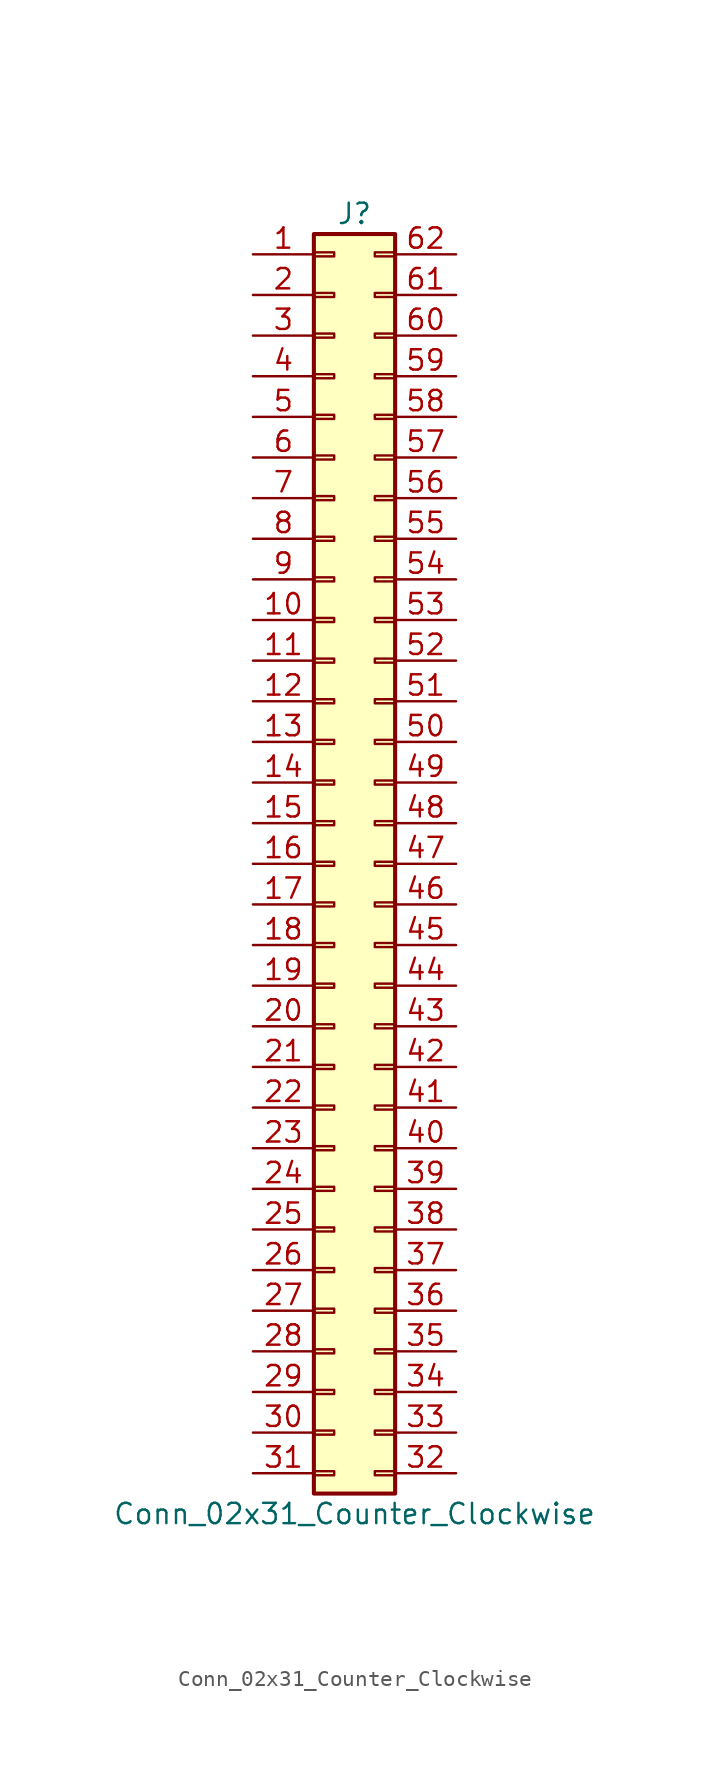
<source format=kicad_sym>
(kicad_symbol_lib
  (version 20201005)
  (generator kicad_symbol_editor)
  (symbol "Conn_02x31_Counter_Clockwise"
    (pin_names
      (offset 1.016) hide)
    (property "Reference" "J"
      (at 1.27 40.64 0)
      (effects (font (size 1.27 1.27))))
    (property "Value" "Conn_02x31_Counter_Clockwise"
      (at 1.27 -40.64 0)
      (effects (font (size 1.27 1.27))))
    (symbol "Conn_02x31_Counter_Clockwise_1_1"
      (rectangle (start -1.27 -37.973) (end 0 -38.227) (stroke (width 0.152)) (fill (type none)))
      (rectangle (start -1.27 -35.433) (end 0 -35.687) (stroke (width 0.152)) (fill (type none)))
      (rectangle (start -1.27 -32.893) (end 0 -33.147) (stroke (width 0.152)) (fill (type none)))
      (rectangle (start -1.27 -30.353) (end 0 -30.607) (stroke (width 0.152)) (fill (type none)))
      (rectangle (start -1.27 -27.813) (end 0 -28.067) (stroke (width 0.152)) (fill (type none)))
      (rectangle (start -1.27 -25.273) (end 0 -25.527) (stroke (width 0.152)) (fill (type none)))
      (rectangle (start -1.27 -22.733) (end 0 -22.987) (stroke (width 0.152)) (fill (type none)))
      (rectangle (start -1.27 -20.193) (end 0 -20.447) (stroke (width 0.152)) (fill (type none)))
      (rectangle (start -1.27 -17.653) (end 0 -17.907) (stroke (width 0.152)) (fill (type none)))
      (rectangle (start -1.27 -15.113) (end 0 -15.367) (stroke (width 0.152)) (fill (type none)))
      (rectangle (start -1.27 -12.573) (end 0 -12.827) (stroke (width 0.152)) (fill (type none)))
      (rectangle (start -1.27 -10.033) (end 0 -10.287) (stroke (width 0.152)) (fill (type none)))
      (rectangle (start -1.27 -7.493) (end 0 -7.747) (stroke (width 0.152)) (fill (type none)))
      (rectangle (start -1.27 -4.953) (end 0 -5.207) (stroke (width 0.152)) (fill (type none)))
      (rectangle (start -1.27 -2.413) (end 0 -2.667) (stroke (width 0.152)) (fill (type none)))
      (rectangle (start -1.27 0.127) (end 0 -0.127) (stroke (width 0.152)) (fill (type none)))
      (rectangle (start -1.27 2.667) (end 0 2.413) (stroke (width 0.152)) (fill (type none)))
      (rectangle (start -1.27 5.207) (end 0 4.953) (stroke (width 0.152)) (fill (type none)))
      (rectangle (start -1.27 7.747) (end 0 7.493) (stroke (width 0.152)) (fill (type none)))
      (rectangle (start -1.27 10.287) (end 0 10.033) (stroke (width 0.152)) (fill (type none)))
      (rectangle (start -1.27 12.827) (end 0 12.573) (stroke (width 0.152)) (fill (type none)))
      (rectangle (start -1.27 15.367) (end 0 15.113) (stroke (width 0.152)) (fill (type none)))
      (rectangle (start -1.27 17.907) (end 0 17.653) (stroke (width 0.152)) (fill (type none)))
      (rectangle (start -1.27 20.447) (end 0 20.193) (stroke (width 0.152)) (fill (type none)))
      (rectangle (start -1.27 22.987) (end 0 22.733) (stroke (width 0.152)) (fill (type none)))
      (rectangle (start -1.27 25.527) (end 0 25.273) (stroke (width 0.152)) (fill (type none)))
      (rectangle (start -1.27 28.067) (end 0 27.813) (stroke (width 0.152)) (fill (type none)))
      (rectangle (start -1.27 30.607) (end 0 30.353) (stroke (width 0.152)) (fill (type none)))
      (rectangle (start -1.27 33.147) (end 0 32.893) (stroke (width 0.152)) (fill (type none)))
      (rectangle (start -1.27 35.687) (end 0 35.433) (stroke (width 0.152)) (fill (type none)))
      (rectangle (start -1.27 38.227) (end 0 37.973) (stroke (width 0.152)) (fill (type none)))
      (rectangle (start -1.27 39.37) (end 3.81 -39.37) (stroke (width 0.254)) (fill (type background)))
      (rectangle (start 3.81 -37.973) (end 2.54 -38.227) (stroke (width 0.152)) (fill (type none)))
      (rectangle (start 3.81 -35.433) (end 2.54 -35.687) (stroke (width 0.152)) (fill (type none)))
      (rectangle (start 3.81 -32.893) (end 2.54 -33.147) (stroke (width 0.152)) (fill (type none)))
      (rectangle (start 3.81 -30.353) (end 2.54 -30.607) (stroke (width 0.152)) (fill (type none)))
      (rectangle (start 3.81 -27.813) (end 2.54 -28.067) (stroke (width 0.152)) (fill (type none)))
      (rectangle (start 3.81 -25.273) (end 2.54 -25.527) (stroke (width 0.152)) (fill (type none)))
      (rectangle (start 3.81 -22.733) (end 2.54 -22.987) (stroke (width 0.152)) (fill (type none)))
      (rectangle (start 3.81 -20.193) (end 2.54 -20.447) (stroke (width 0.152)) (fill (type none)))
      (rectangle (start 3.81 -17.653) (end 2.54 -17.907) (stroke (width 0.152)) (fill (type none)))
      (rectangle (start 3.81 -15.113) (end 2.54 -15.367) (stroke (width 0.152)) (fill (type none)))
      (rectangle (start 3.81 -12.573) (end 2.54 -12.827) (stroke (width 0.152)) (fill (type none)))
      (rectangle (start 3.81 -10.033) (end 2.54 -10.287) (stroke (width 0.152)) (fill (type none)))
      (rectangle (start 3.81 -7.493) (end 2.54 -7.747) (stroke (width 0.152)) (fill (type none)))
      (rectangle (start 3.81 -4.953) (end 2.54 -5.207) (stroke (width 0.152)) (fill (type none)))
      (rectangle (start 3.81 -2.413) (end 2.54 -2.667) (stroke (width 0.152)) (fill (type none)))
      (rectangle (start 3.81 0.127) (end 2.54 -0.127) (stroke (width 0.152)) (fill (type none)))
      (rectangle (start 3.81 2.667) (end 2.54 2.413) (stroke (width 0.152)) (fill (type none)))
      (rectangle (start 3.81 5.207) (end 2.54 4.953) (stroke (width 0.152)) (fill (type none)))
      (rectangle (start 3.81 7.747) (end 2.54 7.493) (stroke (width 0.152)) (fill (type none)))
      (rectangle (start 3.81 10.287) (end 2.54 10.033) (stroke (width 0.152)) (fill (type none)))
      (rectangle (start 3.81 12.827) (end 2.54 12.573) (stroke (width 0.152)) (fill (type none)))
      (rectangle (start 3.81 15.367) (end 2.54 15.113) (stroke (width 0.152)) (fill (type none)))
      (rectangle (start 3.81 17.907) (end 2.54 17.653) (stroke (width 0.152)) (fill (type none)))
      (rectangle (start 3.81 20.447) (end 2.54 20.193) (stroke (width 0.152)) (fill (type none)))
      (rectangle (start 3.81 22.987) (end 2.54 22.733) (stroke (width 0.152)) (fill (type none)))
      (rectangle (start 3.81 25.527) (end 2.54 25.273) (stroke (width 0.152)) (fill (type none)))
      (rectangle (start 3.81 28.067) (end 2.54 27.813) (stroke (width 0.152)) (fill (type none)))
      (rectangle (start 3.81 30.607) (end 2.54 30.353) (stroke (width 0.152)) (fill (type none)))
      (rectangle (start 3.81 33.147) (end 2.54 32.893) (stroke (width 0.152)) (fill (type none)))
      (rectangle (start 3.81 35.687) (end 2.54 35.433) (stroke (width 0.152)) (fill (type none)))
      (rectangle (start 3.81 38.227) (end 2.54 37.973) (stroke (width 0.152)) (fill (type none)))
      (pin passive line (at -5.08 38.1 0) (length 3.81) (name "Pin_1" (effects (font (size 1.27 1.27)))) (number "1" (effects (font (size 1.27 1.27)))))
      (pin passive line (at -5.08 15.24 0) (length 3.81) (name "Pin_10" (effects (font (size 1.27 1.27)))) (number "10" (effects (font (size 1.27 1.27)))))
      (pin passive line (at -5.08 12.7 0) (length 3.81) (name "Pin_11" (effects (font (size 1.27 1.27)))) (number "11" (effects (font (size 1.27 1.27)))))
      (pin passive line (at -5.08 10.16 0) (length 3.81) (name "Pin_12" (effects (font (size 1.27 1.27)))) (number "12" (effects (font (size 1.27 1.27)))))
      (pin passive line (at -5.08 7.62 0) (length 3.81) (name "Pin_13" (effects (font (size 1.27 1.27)))) (number "13" (effects (font (size 1.27 1.27)))))
      (pin passive line (at -5.08 5.08 0) (length 3.81) (name "Pin_14" (effects (font (size 1.27 1.27)))) (number "14" (effects (font (size 1.27 1.27)))))
      (pin passive line (at -5.08 2.54 0) (length 3.81) (name "Pin_15" (effects (font (size 1.27 1.27)))) (number "15" (effects (font (size 1.27 1.27)))))
      (pin passive line (at -5.08 0 0) (length 3.81) (name "Pin_16" (effects (font (size 1.27 1.27)))) (number "16" (effects (font (size 1.27 1.27)))))
      (pin passive line (at -5.08 -2.54 0) (length 3.81) (name "Pin_17" (effects (font (size 1.27 1.27)))) (number "17" (effects (font (size 1.27 1.27)))))
      (pin passive line (at -5.08 -5.08 0) (length 3.81) (name "Pin_18" (effects (font (size 1.27 1.27)))) (number "18" (effects (font (size 1.27 1.27)))))
      (pin passive line (at -5.08 -7.62 0) (length 3.81) (name "Pin_19" (effects (font (size 1.27 1.27)))) (number "19" (effects (font (size 1.27 1.27)))))
      (pin passive line (at -5.08 35.56 0) (length 3.81) (name "Pin_2" (effects (font (size 1.27 1.27)))) (number "2" (effects (font (size 1.27 1.27)))))
      (pin passive line (at -5.08 -10.16 0) (length 3.81) (name "Pin_20" (effects (font (size 1.27 1.27)))) (number "20" (effects (font (size 1.27 1.27)))))
      (pin passive line (at -5.08 -12.7 0) (length 3.81) (name "Pin_21" (effects (font (size 1.27 1.27)))) (number "21" (effects (font (size 1.27 1.27)))))
      (pin passive line (at -5.08 -15.24 0) (length 3.81) (name "Pin_22" (effects (font (size 1.27 1.27)))) (number "22" (effects (font (size 1.27 1.27)))))
      (pin passive line (at -5.08 -17.78 0) (length 3.81) (name "Pin_23" (effects (font (size 1.27 1.27)))) (number "23" (effects (font (size 1.27 1.27)))))
      (pin passive line (at -5.08 -20.32 0) (length 3.81) (name "Pin_24" (effects (font (size 1.27 1.27)))) (number "24" (effects (font (size 1.27 1.27)))))
      (pin passive line (at -5.08 -22.86 0) (length 3.81) (name "Pin_25" (effects (font (size 1.27 1.27)))) (number "25" (effects (font (size 1.27 1.27)))))
      (pin passive line (at -5.08 -25.4 0) (length 3.81) (name "Pin_26" (effects (font (size 1.27 1.27)))) (number "26" (effects (font (size 1.27 1.27)))))
      (pin passive line (at -5.08 -27.94 0) (length 3.81) (name "Pin_27" (effects (font (size 1.27 1.27)))) (number "27" (effects (font (size 1.27 1.27)))))
      (pin passive line (at -5.08 -30.48 0) (length 3.81) (name "Pin_28" (effects (font (size 1.27 1.27)))) (number "28" (effects (font (size 1.27 1.27)))))
      (pin passive line (at -5.08 -33.02 0) (length 3.81) (name "Pin_29" (effects (font (size 1.27 1.27)))) (number "29" (effects (font (size 1.27 1.27)))))
      (pin passive line (at -5.08 33.02 0) (length 3.81) (name "Pin_3" (effects (font (size 1.27 1.27)))) (number "3" (effects (font (size 1.27 1.27)))))
      (pin passive line (at -5.08 -35.56 0) (length 3.81) (name "Pin_30" (effects (font (size 1.27 1.27)))) (number "30" (effects (font (size 1.27 1.27)))))
      (pin passive line (at -5.08 -38.1 0) (length 3.81) (name "Pin_31" (effects (font (size 1.27 1.27)))) (number "31" (effects (font (size 1.27 1.27)))))
      (pin passive line (at 7.62 -38.1 180) (length 3.81) (name "Pin_32" (effects (font (size 1.27 1.27)))) (number "32" (effects (font (size 1.27 1.27)))))
      (pin passive line (at 7.62 -35.56 180) (length 3.81) (name "Pin_33" (effects (font (size 1.27 1.27)))) (number "33" (effects (font (size 1.27 1.27)))))
      (pin passive line (at 7.62 -33.02 180) (length 3.81) (name "Pin_34" (effects (font (size 1.27 1.27)))) (number "34" (effects (font (size 1.27 1.27)))))
      (pin passive line (at 7.62 -30.48 180) (length 3.81) (name "Pin_35" (effects (font (size 1.27 1.27)))) (number "35" (effects (font (size 1.27 1.27)))))
      (pin passive line (at 7.62 -27.94 180) (length 3.81) (name "Pin_36" (effects (font (size 1.27 1.27)))) (number "36" (effects (font (size 1.27 1.27)))))
      (pin passive line (at 7.62 -25.4 180) (length 3.81) (name "Pin_37" (effects (font (size 1.27 1.27)))) (number "37" (effects (font (size 1.27 1.27)))))
      (pin passive line (at 7.62 -22.86 180) (length 3.81) (name "Pin_38" (effects (font (size 1.27 1.27)))) (number "38" (effects (font (size 1.27 1.27)))))
      (pin passive line (at 7.62 -20.32 180) (length 3.81) (name "Pin_39" (effects (font (size 1.27 1.27)))) (number "39" (effects (font (size 1.27 1.27)))))
      (pin passive line (at -5.08 30.48 0) (length 3.81) (name "Pin_4" (effects (font (size 1.27 1.27)))) (number "4" (effects (font (size 1.27 1.27)))))
      (pin passive line (at 7.62 -17.78 180) (length 3.81) (name "Pin_40" (effects (font (size 1.27 1.27)))) (number "40" (effects (font (size 1.27 1.27)))))
      (pin passive line (at 7.62 -15.24 180) (length 3.81) (name "Pin_41" (effects (font (size 1.27 1.27)))) (number "41" (effects (font (size 1.27 1.27)))))
      (pin passive line (at 7.62 -12.7 180) (length 3.81) (name "Pin_42" (effects (font (size 1.27 1.27)))) (number "42" (effects (font (size 1.27 1.27)))))
      (pin passive line (at 7.62 -10.16 180) (length 3.81) (name "Pin_43" (effects (font (size 1.27 1.27)))) (number "43" (effects (font (size 1.27 1.27)))))
      (pin passive line (at 7.62 -7.62 180) (length 3.81) (name "Pin_44" (effects (font (size 1.27 1.27)))) (number "44" (effects (font (size 1.27 1.27)))))
      (pin passive line (at 7.62 -5.08 180) (length 3.81) (name "Pin_45" (effects (font (size 1.27 1.27)))) (number "45" (effects (font (size 1.27 1.27)))))
      (pin passive line (at 7.62 -2.54 180) (length 3.81) (name "Pin_46" (effects (font (size 1.27 1.27)))) (number "46" (effects (font (size 1.27 1.27)))))
      (pin passive line (at 7.62 0 180) (length 3.81) (name "Pin_47" (effects (font (size 1.27 1.27)))) (number "47" (effects (font (size 1.27 1.27)))))
      (pin passive line (at 7.62 2.54 180) (length 3.81) (name "Pin_48" (effects (font (size 1.27 1.27)))) (number "48" (effects (font (size 1.27 1.27)))))
      (pin passive line (at 7.62 5.08 180) (length 3.81) (name "Pin_49" (effects (font (size 1.27 1.27)))) (number "49" (effects (font (size 1.27 1.27)))))
      (pin passive line (at -5.08 27.94 0) (length 3.81) (name "Pin_5" (effects (font (size 1.27 1.27)))) (number "5" (effects (font (size 1.27 1.27)))))
      (pin passive line (at 7.62 7.62 180) (length 3.81) (name "Pin_50" (effects (font (size 1.27 1.27)))) (number "50" (effects (font (size 1.27 1.27)))))
      (pin passive line (at 7.62 10.16 180) (length 3.81) (name "Pin_51" (effects (font (size 1.27 1.27)))) (number "51" (effects (font (size 1.27 1.27)))))
      (pin passive line (at 7.62 12.7 180) (length 3.81) (name "Pin_52" (effects (font (size 1.27 1.27)))) (number "52" (effects (font (size 1.27 1.27)))))
      (pin passive line (at 7.62 15.24 180) (length 3.81) (name "Pin_53" (effects (font (size 1.27 1.27)))) (number "53" (effects (font (size 1.27 1.27)))))
      (pin passive line (at 7.62 17.78 180) (length 3.81) (name "Pin_54" (effects (font (size 1.27 1.27)))) (number "54" (effects (font (size 1.27 1.27)))))
      (pin passive line (at 7.62 20.32 180) (length 3.81) (name "Pin_55" (effects (font (size 1.27 1.27)))) (number "55" (effects (font (size 1.27 1.27)))))
      (pin passive line (at 7.62 22.86 180) (length 3.81) (name "Pin_56" (effects (font (size 1.27 1.27)))) (number "56" (effects (font (size 1.27 1.27)))))
      (pin passive line (at 7.62 25.4 180) (length 3.81) (name "Pin_57" (effects (font (size 1.27 1.27)))) (number "57" (effects (font (size 1.27 1.27)))))
      (pin passive line (at 7.62 27.94 180) (length 3.81) (name "Pin_58" (effects (font (size 1.27 1.27)))) (number "58" (effects (font (size 1.27 1.27)))))
      (pin passive line (at 7.62 30.48 180) (length 3.81) (name "Pin_59" (effects (font (size 1.27 1.27)))) (number "59" (effects (font (size 1.27 1.27)))))
      (pin passive line (at -5.08 25.4 0) (length 3.81) (name "Pin_6" (effects (font (size 1.27 1.27)))) (number "6" (effects (font (size 1.27 1.27)))))
      (pin passive line (at 7.62 33.02 180) (length 3.81) (name "Pin_60" (effects (font (size 1.27 1.27)))) (number "60" (effects (font (size 1.27 1.27)))))
      (pin passive line (at 7.62 35.56 180) (length 3.81) (name "Pin_61" (effects (font (size 1.27 1.27)))) (number "61" (effects (font (size 1.27 1.27)))))
      (pin passive line (at 7.62 38.1 180) (length 3.81) (name "Pin_62" (effects (font (size 1.27 1.27)))) (number "62" (effects (font (size 1.27 1.27)))))
      (pin passive line (at -5.08 22.86 0) (length 3.81) (name "Pin_7" (effects (font (size 1.27 1.27)))) (number "7" (effects (font (size 1.27 1.27)))))
      (pin passive line (at -5.08 20.32 0) (length 3.81) (name "Pin_8" (effects (font (size 1.27 1.27)))) (number "8" (effects (font (size 1.27 1.27)))))
      (pin passive line (at -5.08 17.78 0) (length 3.81) (name "Pin_9" (effects (font (size 1.27 1.27)))) (number "9" (effects (font (size 1.27 1.27))))))))
</source>
